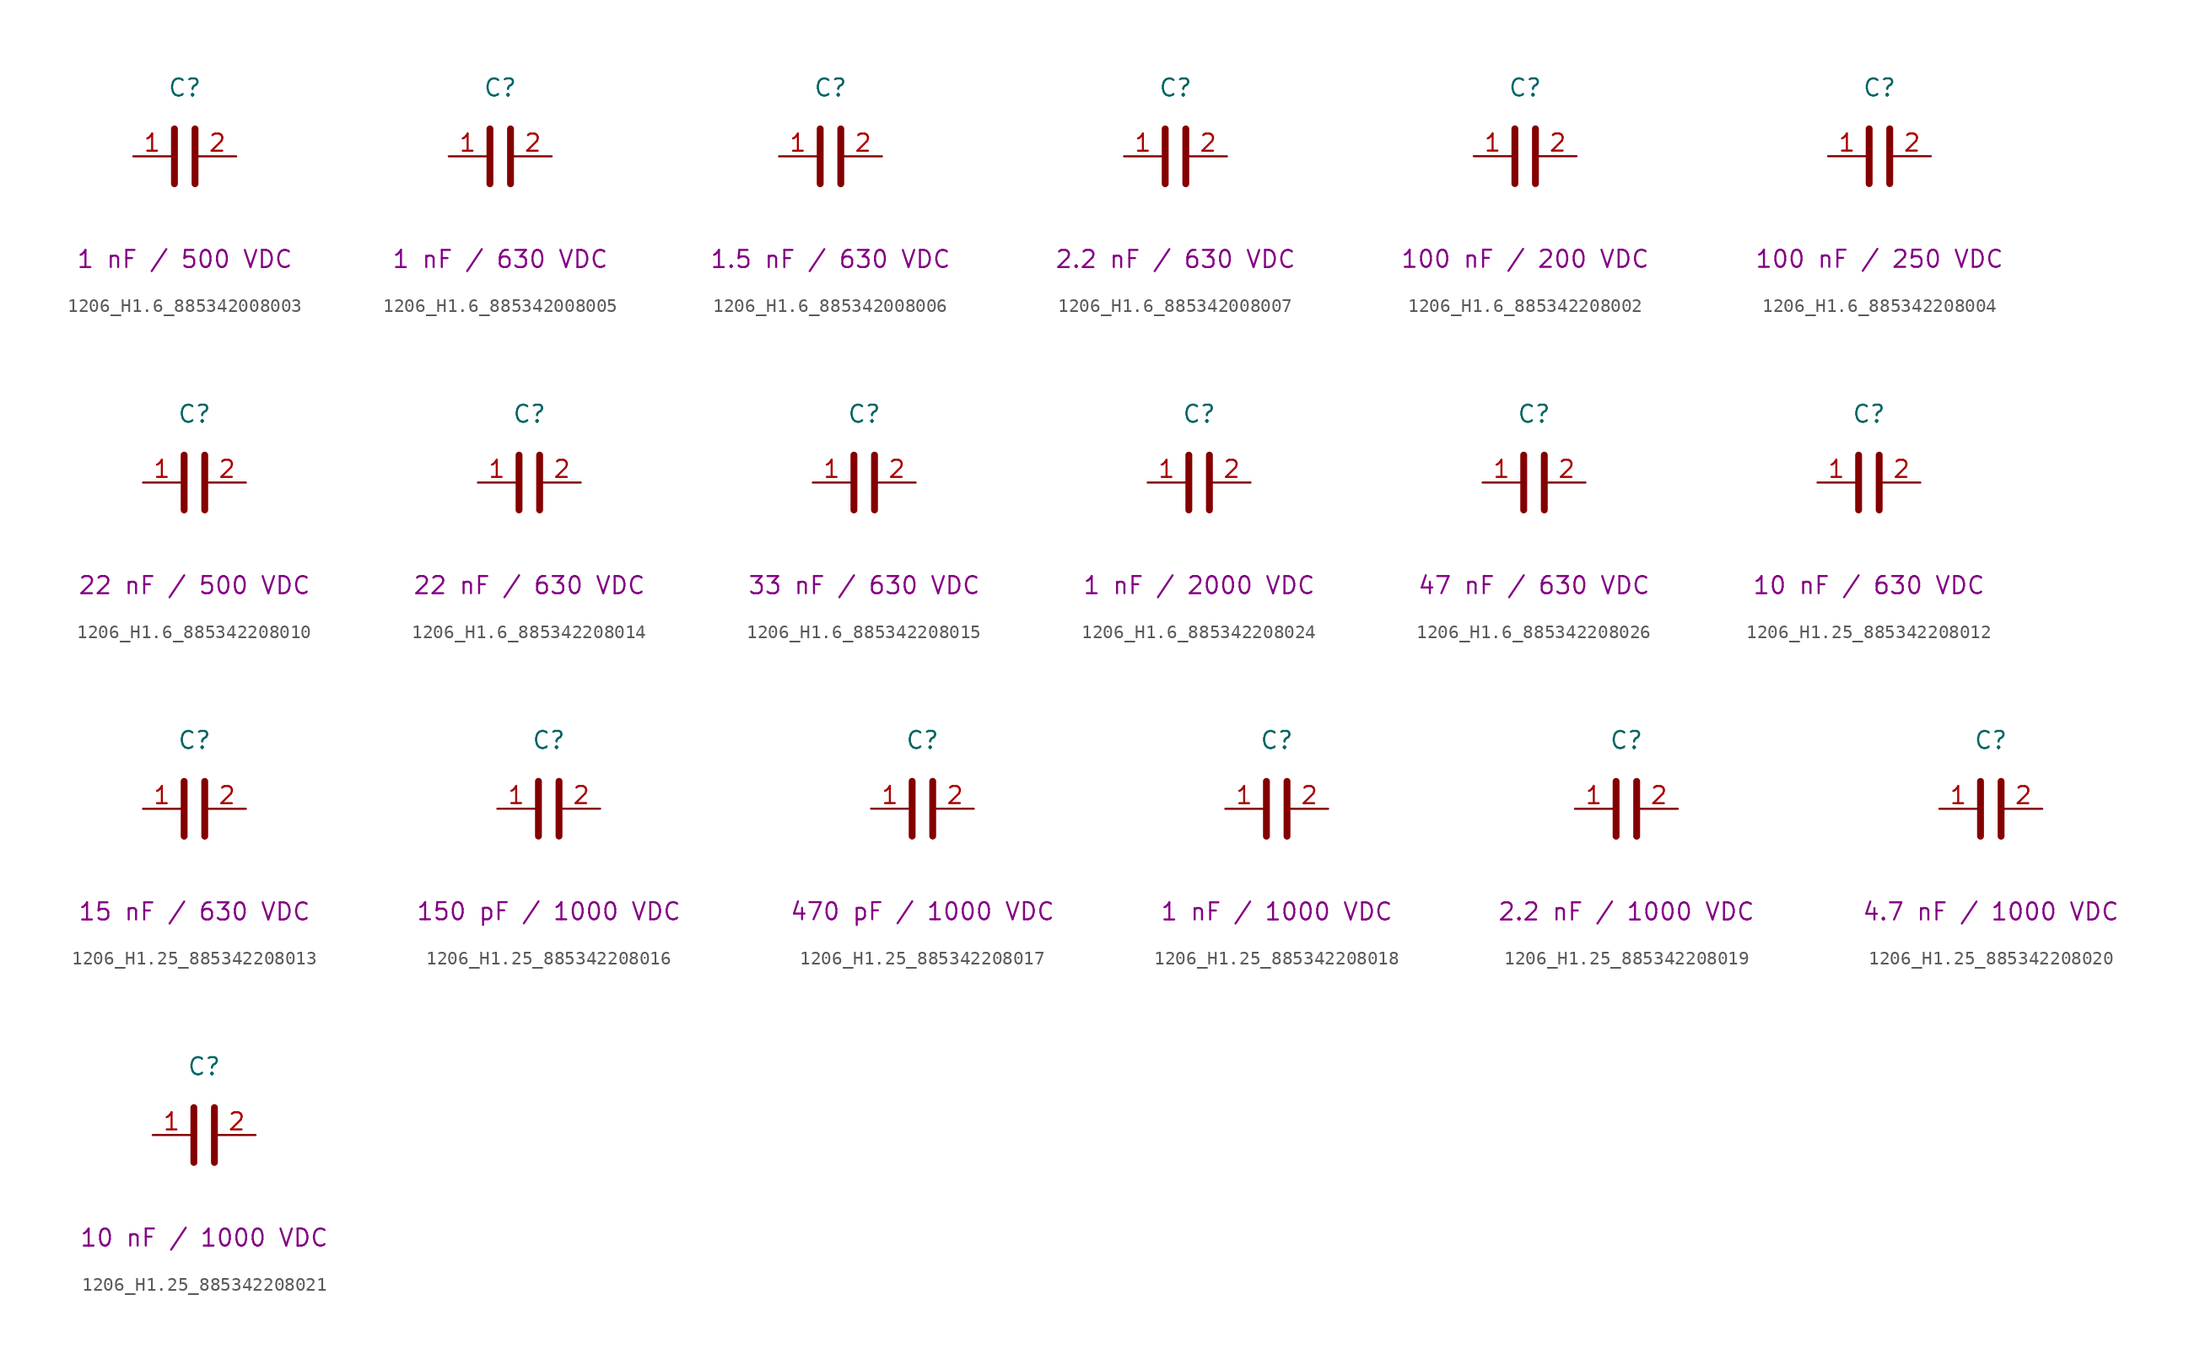
<source format=kicad_sym>
(kicad_symbol_lib
  (version 20220914)
  (generator kicad_symbol_editor)
  (symbol "1206_H1.6_885342008003"
    (pin_names hide)
    (property "Reference" "C"
      (at 0 5.08 0)
      (effects (font (size 1.27 1.27))))
    (property "Critical Parameter" "1 nF / 500 VDC"
      (at 0 -7.62 0)
      (effects (font (size 1.27 1.27))))
    (symbol "1206_H1.6_885342008003_0_1"
      (polyline (pts (xy -0.762 -2.032) (xy -0.762 2.032)) (stroke (width 0.508) (type default)) (fill (type none)))
      (polyline (pts (xy 0.762 -2.032) (xy 0.762 2.032)) (stroke (width 0.508) (type default)) (fill (type none))))
    (symbol "1206_H1.6_885342008003_1_1"
      (pin passive line (at -3.81 0 0) (length 2.794) (name "1" (effects (font (size 1.27 1.27)))) (number "1" (effects (font (size 1.27 1.27)))))
      (pin passive line (at 3.81 0 180) (length 2.794) (name "2" (effects (font (size 1.27 1.27)))) (number "2" (effects (font (size 1.27 1.27)))))))
  (symbol "1206_H1.6_885342008005"
    (pin_names hide)
    (property "Reference" "C"
      (at 0 5.08 0)
      (effects (font (size 1.27 1.27))))
    (property "Critical Parameter" "1 nF / 630 VDC"
      (at 0 -7.62 0)
      (effects (font (size 1.27 1.27))))
    (symbol "1206_H1.6_885342008005_0_1"
      (polyline (pts (xy -0.762 -2.032) (xy -0.762 2.032)) (stroke (width 0.508) (type default)) (fill (type none)))
      (polyline (pts (xy 0.762 -2.032) (xy 0.762 2.032)) (stroke (width 0.508) (type default)) (fill (type none))))
    (symbol "1206_H1.6_885342008005_1_1"
      (pin passive line (at -3.81 0 0) (length 2.794) (name "1" (effects (font (size 1.27 1.27)))) (number "1" (effects (font (size 1.27 1.27)))))
      (pin passive line (at 3.81 0 180) (length 2.794) (name "2" (effects (font (size 1.27 1.27)))) (number "2" (effects (font (size 1.27 1.27)))))))
  (symbol "1206_H1.6_885342008006"
    (pin_names hide)
    (property "Reference" "C"
      (at 0 5.08 0)
      (effects (font (size 1.27 1.27))))
    (property "Critical Parameter" "1.5 nF / 630 VDC"
      (at 0 -7.62 0)
      (effects (font (size 1.27 1.27))))
    (symbol "1206_H1.6_885342008006_0_1"
      (polyline (pts (xy -0.762 -2.032) (xy -0.762 2.032)) (stroke (width 0.508) (type default)) (fill (type none)))
      (polyline (pts (xy 0.762 -2.032) (xy 0.762 2.032)) (stroke (width 0.508) (type default)) (fill (type none))))
    (symbol "1206_H1.6_885342008006_1_1"
      (pin passive line (at -3.81 0 0) (length 2.794) (name "1" (effects (font (size 1.27 1.27)))) (number "1" (effects (font (size 1.27 1.27)))))
      (pin passive line (at 3.81 0 180) (length 2.794) (name "2" (effects (font (size 1.27 1.27)))) (number "2" (effects (font (size 1.27 1.27)))))))
  (symbol "1206_H1.6_885342008007"
    (pin_names hide)
    (property "Reference" "C"
      (at 0 5.08 0)
      (effects (font (size 1.27 1.27))))
    (property "Critical Parameter" "2.2 nF / 630 VDC"
      (at 0 -7.62 0)
      (effects (font (size 1.27 1.27))))
    (symbol "1206_H1.6_885342008007_0_1"
      (polyline (pts (xy -0.762 -2.032) (xy -0.762 2.032)) (stroke (width 0.508) (type default)) (fill (type none)))
      (polyline (pts (xy 0.762 -2.032) (xy 0.762 2.032)) (stroke (width 0.508) (type default)) (fill (type none))))
    (symbol "1206_H1.6_885342008007_1_1"
      (pin passive line (at -3.81 0 0) (length 2.794) (name "1" (effects (font (size 1.27 1.27)))) (number "1" (effects (font (size 1.27 1.27)))))
      (pin passive line (at 3.81 0 180) (length 2.794) (name "2" (effects (font (size 1.27 1.27)))) (number "2" (effects (font (size 1.27 1.27)))))))
  (symbol "1206_H1.6_885342208002"
    (pin_names hide)
    (property "Reference" "C"
      (at 0 5.08 0)
      (effects (font (size 1.27 1.27))))
    (property "Critical Parameter" "100 nF / 200 VDC"
      (at 0 -7.62 0)
      (effects (font (size 1.27 1.27))))
    (symbol "1206_H1.6_885342208002_0_1"
      (polyline (pts (xy -0.762 -2.032) (xy -0.762 2.032)) (stroke (width 0.508) (type default)) (fill (type none)))
      (polyline (pts (xy 0.762 -2.032) (xy 0.762 2.032)) (stroke (width 0.508) (type default)) (fill (type none))))
    (symbol "1206_H1.6_885342208002_1_1"
      (pin passive line (at -3.81 0 0) (length 2.794) (name "1" (effects (font (size 1.27 1.27)))) (number "1" (effects (font (size 1.27 1.27)))))
      (pin passive line (at 3.81 0 180) (length 2.794) (name "2" (effects (font (size 1.27 1.27)))) (number "2" (effects (font (size 1.27 1.27)))))))
  (symbol "1206_H1.6_885342208004"
    (pin_names hide)
    (property "Reference" "C"
      (at 0 5.08 0)
      (effects (font (size 1.27 1.27))))
    (property "Critical Parameter" "100 nF / 250 VDC"
      (at 0 -7.62 0)
      (effects (font (size 1.27 1.27))))
    (symbol "1206_H1.6_885342208004_0_1"
      (polyline (pts (xy -0.762 -2.032) (xy -0.762 2.032)) (stroke (width 0.508) (type default)) (fill (type none)))
      (polyline (pts (xy 0.762 -2.032) (xy 0.762 2.032)) (stroke (width 0.508) (type default)) (fill (type none))))
    (symbol "1206_H1.6_885342208004_1_1"
      (pin passive line (at -3.81 0 0) (length 2.794) (name "1" (effects (font (size 1.27 1.27)))) (number "1" (effects (font (size 1.27 1.27)))))
      (pin passive line (at 3.81 0 180) (length 2.794) (name "2" (effects (font (size 1.27 1.27)))) (number "2" (effects (font (size 1.27 1.27)))))))
  (symbol "1206_H1.6_885342208010"
    (pin_names hide)
    (property "Reference" "C"
      (at 0 5.08 0)
      (effects (font (size 1.27 1.27))))
    (property "Critical Parameter" "22 nF / 500 VDC"
      (at 0 -7.62 0)
      (effects (font (size 1.27 1.27))))
    (symbol "1206_H1.6_885342208010_0_1"
      (polyline (pts (xy -0.762 -2.032) (xy -0.762 2.032)) (stroke (width 0.508) (type default)) (fill (type none)))
      (polyline (pts (xy 0.762 -2.032) (xy 0.762 2.032)) (stroke (width 0.508) (type default)) (fill (type none))))
    (symbol "1206_H1.6_885342208010_1_1"
      (pin passive line (at -3.81 0 0) (length 2.794) (name "1" (effects (font (size 1.27 1.27)))) (number "1" (effects (font (size 1.27 1.27)))))
      (pin passive line (at 3.81 0 180) (length 2.794) (name "2" (effects (font (size 1.27 1.27)))) (number "2" (effects (font (size 1.27 1.27)))))))
  (symbol "1206_H1.6_885342208014"
    (pin_names hide)
    (property "Reference" "C"
      (at 0 5.08 0)
      (effects (font (size 1.27 1.27))))
    (property "Critical Parameter" "22 nF / 630 VDC"
      (at 0 -7.62 0)
      (effects (font (size 1.27 1.27))))
    (symbol "1206_H1.6_885342208014_0_1"
      (polyline (pts (xy -0.762 -2.032) (xy -0.762 2.032)) (stroke (width 0.508) (type default)) (fill (type none)))
      (polyline (pts (xy 0.762 -2.032) (xy 0.762 2.032)) (stroke (width 0.508) (type default)) (fill (type none))))
    (symbol "1206_H1.6_885342208014_1_1"
      (pin passive line (at -3.81 0 0) (length 2.794) (name "1" (effects (font (size 1.27 1.27)))) (number "1" (effects (font (size 1.27 1.27)))))
      (pin passive line (at 3.81 0 180) (length 2.794) (name "2" (effects (font (size 1.27 1.27)))) (number "2" (effects (font (size 1.27 1.27)))))))
  (symbol "1206_H1.6_885342208015"
    (pin_names hide)
    (property "Reference" "C"
      (at 0 5.08 0)
      (effects (font (size 1.27 1.27))))
    (property "Critical Parameter" "33 nF / 630 VDC"
      (at 0 -7.62 0)
      (effects (font (size 1.27 1.27))))
    (symbol "1206_H1.6_885342208015_0_1"
      (polyline (pts (xy -0.762 -2.032) (xy -0.762 2.032)) (stroke (width 0.508) (type default)) (fill (type none)))
      (polyline (pts (xy 0.762 -2.032) (xy 0.762 2.032)) (stroke (width 0.508) (type default)) (fill (type none))))
    (symbol "1206_H1.6_885342208015_1_1"
      (pin passive line (at -3.81 0 0) (length 2.794) (name "1" (effects (font (size 1.27 1.27)))) (number "1" (effects (font (size 1.27 1.27)))))
      (pin passive line (at 3.81 0 180) (length 2.794) (name "2" (effects (font (size 1.27 1.27)))) (number "2" (effects (font (size 1.27 1.27)))))))
  (symbol "1206_H1.6_885342208024"
    (pin_names hide)
    (property "Reference" "C"
      (at 0 5.08 0)
      (effects (font (size 1.27 1.27))))
    (property "Critical Parameter" "1 nF / 2000 VDC"
      (at 0 -7.62 0)
      (effects (font (size 1.27 1.27))))
    (symbol "1206_H1.6_885342208024_0_1"
      (polyline (pts (xy -0.762 -2.032) (xy -0.762 2.032)) (stroke (width 0.508) (type default)) (fill (type none)))
      (polyline (pts (xy 0.762 -2.032) (xy 0.762 2.032)) (stroke (width 0.508) (type default)) (fill (type none))))
    (symbol "1206_H1.6_885342208024_1_1"
      (pin passive line (at -3.81 0 0) (length 2.794) (name "1" (effects (font (size 1.27 1.27)))) (number "1" (effects (font (size 1.27 1.27)))))
      (pin passive line (at 3.81 0 180) (length 2.794) (name "2" (effects (font (size 1.27 1.27)))) (number "2" (effects (font (size 1.27 1.27)))))))
  (symbol "1206_H1.6_885342208026"
    (pin_names hide)
    (property "Reference" "C"
      (at 0 5.08 0)
      (effects (font (size 1.27 1.27))))
    (property "Critical Parameter" "47 nF / 630 VDC"
      (at 0 -7.62 0)
      (effects (font (size 1.27 1.27))))
    (symbol "1206_H1.6_885342208026_0_1"
      (polyline (pts (xy -0.762 -2.032) (xy -0.762 2.032)) (stroke (width 0.508) (type default)) (fill (type none)))
      (polyline (pts (xy 0.762 -2.032) (xy 0.762 2.032)) (stroke (width 0.508) (type default)) (fill (type none))))
    (symbol "1206_H1.6_885342208026_1_1"
      (pin passive line (at -3.81 0 0) (length 2.794) (name "1" (effects (font (size 1.27 1.27)))) (number "1" (effects (font (size 1.27 1.27)))))
      (pin passive line (at 3.81 0 180) (length 2.794) (name "2" (effects (font (size 1.27 1.27)))) (number "2" (effects (font (size 1.27 1.27)))))))
  (symbol "1206_H1.25_885342208012"
    (pin_names hide)
    (property "Reference" "C"
      (at 0 5.08 0)
      (effects (font (size 1.27 1.27))))
    (property "Critical Parameter" "10 nF / 630 VDC"
      (at 0 -7.62 0)
      (effects (font (size 1.27 1.27))))
    (symbol "1206_H1.25_885342208012_0_1"
      (polyline (pts (xy -0.762 -2.032) (xy -0.762 2.032)) (stroke (width 0.508) (type default)) (fill (type none)))
      (polyline (pts (xy 0.762 -2.032) (xy 0.762 2.032)) (stroke (width 0.508) (type default)) (fill (type none))))
    (symbol "1206_H1.25_885342208012_1_1"
      (pin passive line (at -3.81 0 0) (length 2.794) (name "1" (effects (font (size 1.27 1.27)))) (number "1" (effects (font (size 1.27 1.27)))))
      (pin passive line (at 3.81 0 180) (length 2.794) (name "2" (effects (font (size 1.27 1.27)))) (number "2" (effects (font (size 1.27 1.27)))))))
  (symbol "1206_H1.25_885342208013"
    (pin_names hide)
    (property "Reference" "C"
      (at 0 5.08 0)
      (effects (font (size 1.27 1.27))))
    (property "Critical Parameter" "15 nF / 630 VDC"
      (at 0 -7.62 0)
      (effects (font (size 1.27 1.27))))
    (symbol "1206_H1.25_885342208013_0_1"
      (polyline (pts (xy -0.762 -2.032) (xy -0.762 2.032)) (stroke (width 0.508) (type default)) (fill (type none)))
      (polyline (pts (xy 0.762 -2.032) (xy 0.762 2.032)) (stroke (width 0.508) (type default)) (fill (type none))))
    (symbol "1206_H1.25_885342208013_1_1"
      (pin passive line (at -3.81 0 0) (length 2.794) (name "1" (effects (font (size 1.27 1.27)))) (number "1" (effects (font (size 1.27 1.27)))))
      (pin passive line (at 3.81 0 180) (length 2.794) (name "2" (effects (font (size 1.27 1.27)))) (number "2" (effects (font (size 1.27 1.27)))))))
  (symbol "1206_H1.25_885342208016"
    (pin_names hide)
    (property "Reference" "C"
      (at 0 5.08 0)
      (effects (font (size 1.27 1.27))))
    (property "Critical Parameter" "150 pF / 1000 VDC"
      (at 0 -7.62 0)
      (effects (font (size 1.27 1.27))))
    (symbol "1206_H1.25_885342208016_0_1"
      (polyline (pts (xy -0.762 -2.032) (xy -0.762 2.032)) (stroke (width 0.508) (type default)) (fill (type none)))
      (polyline (pts (xy 0.762 -2.032) (xy 0.762 2.032)) (stroke (width 0.508) (type default)) (fill (type none))))
    (symbol "1206_H1.25_885342208016_1_1"
      (pin passive line (at -3.81 0 0) (length 2.794) (name "1" (effects (font (size 1.27 1.27)))) (number "1" (effects (font (size 1.27 1.27)))))
      (pin passive line (at 3.81 0 180) (length 2.794) (name "2" (effects (font (size 1.27 1.27)))) (number "2" (effects (font (size 1.27 1.27)))))))
  (symbol "1206_H1.25_885342208017"
    (pin_names hide)
    (property "Reference" "C"
      (at 0 5.08 0)
      (effects (font (size 1.27 1.27))))
    (property "Critical Parameter" "470 pF / 1000 VDC"
      (at 0 -7.62 0)
      (effects (font (size 1.27 1.27))))
    (symbol "1206_H1.25_885342208017_0_1"
      (polyline (pts (xy -0.762 -2.032) (xy -0.762 2.032)) (stroke (width 0.508) (type default)) (fill (type none)))
      (polyline (pts (xy 0.762 -2.032) (xy 0.762 2.032)) (stroke (width 0.508) (type default)) (fill (type none))))
    (symbol "1206_H1.25_885342208017_1_1"
      (pin passive line (at -3.81 0 0) (length 2.794) (name "1" (effects (font (size 1.27 1.27)))) (number "1" (effects (font (size 1.27 1.27)))))
      (pin passive line (at 3.81 0 180) (length 2.794) (name "2" (effects (font (size 1.27 1.27)))) (number "2" (effects (font (size 1.27 1.27)))))))
  (symbol "1206_H1.25_885342208018"
    (pin_names hide)
    (property "Reference" "C"
      (at 0 5.08 0)
      (effects (font (size 1.27 1.27))))
    (property "Critical Parameter" "1 nF / 1000 VDC"
      (at 0 -7.62 0)
      (effects (font (size 1.27 1.27))))
    (symbol "1206_H1.25_885342208018_0_1"
      (polyline (pts (xy -0.762 -2.032) (xy -0.762 2.032)) (stroke (width 0.508) (type default)) (fill (type none)))
      (polyline (pts (xy 0.762 -2.032) (xy 0.762 2.032)) (stroke (width 0.508) (type default)) (fill (type none))))
    (symbol "1206_H1.25_885342208018_1_1"
      (pin passive line (at -3.81 0 0) (length 2.794) (name "1" (effects (font (size 1.27 1.27)))) (number "1" (effects (font (size 1.27 1.27)))))
      (pin passive line (at 3.81 0 180) (length 2.794) (name "2" (effects (font (size 1.27 1.27)))) (number "2" (effects (font (size 1.27 1.27)))))))
  (symbol "1206_H1.25_885342208019"
    (pin_names hide)
    (property "Reference" "C"
      (at 0 5.08 0)
      (effects (font (size 1.27 1.27))))
    (property "Critical Parameter" "2.2 nF / 1000 VDC"
      (at 0 -7.62 0)
      (effects (font (size 1.27 1.27))))
    (symbol "1206_H1.25_885342208019_0_1"
      (polyline (pts (xy -0.762 -2.032) (xy -0.762 2.032)) (stroke (width 0.508) (type default)) (fill (type none)))
      (polyline (pts (xy 0.762 -2.032) (xy 0.762 2.032)) (stroke (width 0.508) (type default)) (fill (type none))))
    (symbol "1206_H1.25_885342208019_1_1"
      (pin passive line (at -3.81 0 0) (length 2.794) (name "1" (effects (font (size 1.27 1.27)))) (number "1" (effects (font (size 1.27 1.27)))))
      (pin passive line (at 3.81 0 180) (length 2.794) (name "2" (effects (font (size 1.27 1.27)))) (number "2" (effects (font (size 1.27 1.27)))))))
  (symbol "1206_H1.25_885342208020"
    (pin_names hide)
    (property "Reference" "C"
      (at 0 5.08 0)
      (effects (font (size 1.27 1.27))))
    (property "Critical Parameter" "4.7 nF / 1000 VDC"
      (at 0 -7.62 0)
      (effects (font (size 1.27 1.27))))
    (symbol "1206_H1.25_885342208020_0_1"
      (polyline (pts (xy -0.762 -2.032) (xy -0.762 2.032)) (stroke (width 0.508) (type default)) (fill (type none)))
      (polyline (pts (xy 0.762 -2.032) (xy 0.762 2.032)) (stroke (width 0.508) (type default)) (fill (type none))))
    (symbol "1206_H1.25_885342208020_1_1"
      (pin passive line (at -3.81 0 0) (length 2.794) (name "1" (effects (font (size 1.27 1.27)))) (number "1" (effects (font (size 1.27 1.27)))))
      (pin passive line (at 3.81 0 180) (length 2.794) (name "2" (effects (font (size 1.27 1.27)))) (number "2" (effects (font (size 1.27 1.27)))))))
  (symbol "1206_H1.25_885342208021"
    (pin_names hide)
    (property "Reference" "C"
      (at 0 5.08 0)
      (effects (font (size 1.27 1.27))))
    (property "Critical Parameter" "10 nF / 1000 VDC"
      (at 0 -7.62 0)
      (effects (font (size 1.27 1.27))))
    (symbol "1206_H1.25_885342208021_0_1"
      (polyline (pts (xy -0.762 -2.032) (xy -0.762 2.032)) (stroke (width 0.508) (type default)) (fill (type none)))
      (polyline (pts (xy 0.762 -2.032) (xy 0.762 2.032)) (stroke (width 0.508) (type default)) (fill (type none))))
    (symbol "1206_H1.25_885342208021_1_1"
      (pin passive line (at -3.81 0 0) (length 2.794) (name "1" (effects (font (size 1.27 1.27)))) (number "1" (effects (font (size 1.27 1.27)))))
      (pin passive line (at 3.81 0 180) (length 2.794) (name "2" (effects (font (size 1.27 1.27)))) (number "2" (effects (font (size 1.27 1.27))))))))
</source>
